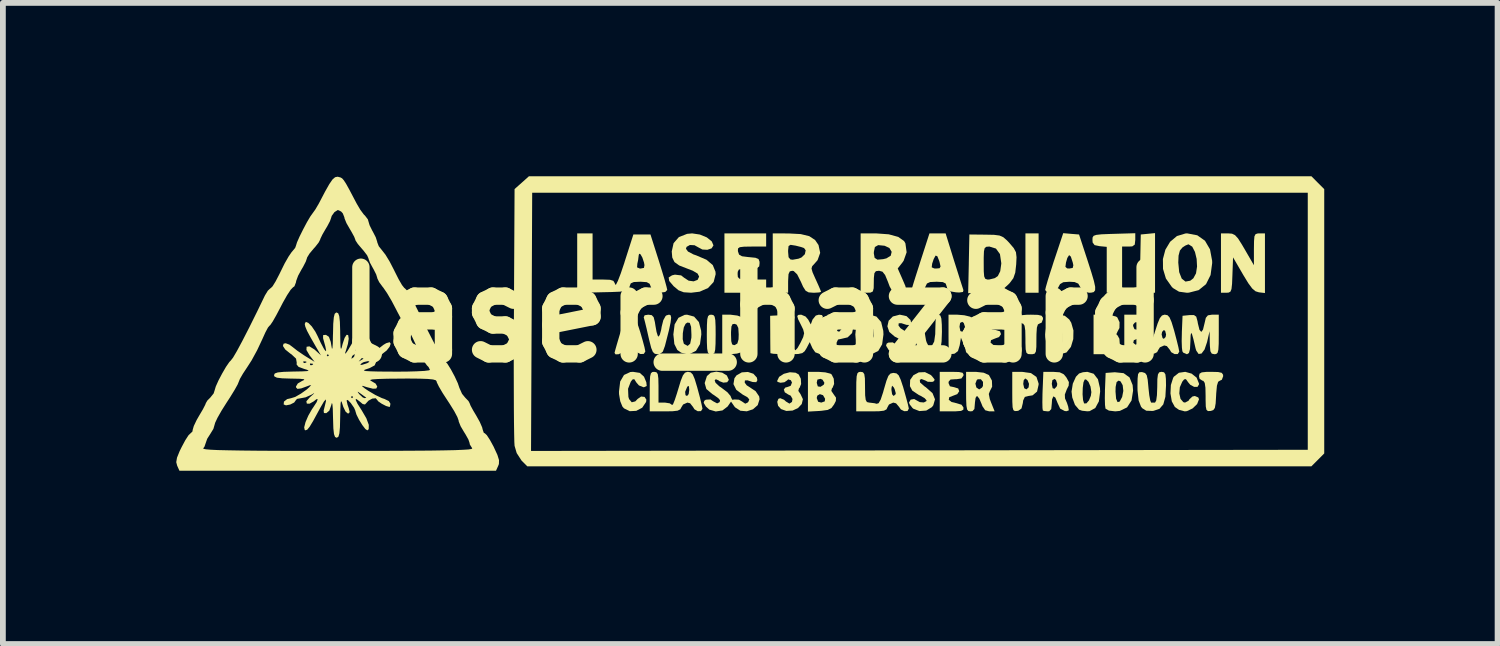
<source format=kicad_pcb>
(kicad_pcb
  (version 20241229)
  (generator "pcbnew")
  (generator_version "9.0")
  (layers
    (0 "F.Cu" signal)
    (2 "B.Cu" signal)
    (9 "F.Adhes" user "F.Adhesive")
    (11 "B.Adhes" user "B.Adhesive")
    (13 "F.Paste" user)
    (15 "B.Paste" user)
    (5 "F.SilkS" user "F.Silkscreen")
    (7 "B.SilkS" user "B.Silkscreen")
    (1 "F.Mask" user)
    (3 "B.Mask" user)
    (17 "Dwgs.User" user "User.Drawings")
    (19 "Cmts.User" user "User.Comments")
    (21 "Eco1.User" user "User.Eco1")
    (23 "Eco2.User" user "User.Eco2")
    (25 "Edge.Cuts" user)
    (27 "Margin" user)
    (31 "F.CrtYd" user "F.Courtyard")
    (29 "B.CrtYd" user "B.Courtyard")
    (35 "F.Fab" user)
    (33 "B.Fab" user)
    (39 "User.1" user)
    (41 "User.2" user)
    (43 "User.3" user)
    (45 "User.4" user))
  (footprint "laser_hazard"
    (layer "F.Cu")
    (at 9.981 2.396)
    (property "Reference" "laser_hazard" (at 0 0 0) (layer "F.SilkS") (effects (font (size 1.5 1.5) (thickness 0.3))))
    (attr board_only exclude_from_pos_files exclude_from_bom)
    (fp_poly (pts (xy 4.943 -0.894) (xy 4.943 -0.38) (xy 4.829 -0.38) (xy 4.715 -0.38) (xy 4.715 -0.894) (xy 4.715 -1.407) (xy 4.829 -1.407) (xy 4.943 -1.407)) (stroke (width 0) (type solid)) (fill yes) (layer "F.SilkS"))
    (fp_poly (pts (xy 6.958 -0.896) (xy 6.958 -0.38) (xy 6.824 -0.38) (xy 6.69 -0.38) (xy 6.701 -0.884) (xy 6.711 -1.388) (xy 6.835 -1.4) (xy 6.958 -1.412)) (stroke (width 0) (type solid)) (fill yes) (layer "F.SilkS"))
    (fp_poly (pts (xy -0.686 0.006) (xy -0.664 0.033) (xy -0.652 0.095) (xy -0.647 0.207) (xy -0.646 0.342) (xy -0.648 0.505) (xy -0.654 0.606) (xy -0.667 0.66) (xy -0.692 0.681) (xy -0.722 0.684) (xy -0.759 0.679) (xy -0.781 0.652) (xy -0.793 0.59) (xy -0.798 0.477) (xy -0.799 0.342) (xy -0.797 0.18) (xy -0.791 0.079) (xy -0.777 0.025) (xy -0.752 0.003) (xy -0.722 0)) (stroke (width 0) (type solid)) (fill yes) (layer "F.SilkS"))
    (fp_poly (pts (xy 6.616 -1.294) (xy 6.607 -1.213) (xy 6.564 -1.182) (xy 6.502 -1.179) (xy 6.388 -1.179) (xy 6.388 -0.779) (xy 6.388 -0.38) (xy 6.255 -0.38) (xy 6.122 -0.38) (xy 6.122 -0.777) (xy 6.122 -1.174) (xy 5.998 -1.186) (xy 5.912 -1.204) (xy 5.878 -1.249) (xy 5.875 -1.293) (xy 5.877 -1.336) (xy 5.895 -1.365) (xy 5.941 -1.381) (xy 6.03 -1.391) (xy 6.177 -1.397) (xy 6.245 -1.399) (xy 6.616 -1.41)) (stroke (width 0) (type solid)) (fill yes) (layer "F.SilkS"))
    (fp_poly (pts (xy 3.565 0.992) (xy 3.627 1.005) (xy 3.644 1.034) (xy 3.642 1.055) (xy 3.607 1.104) (xy 3.518 1.117) (xy 3.506 1.116) (xy 3.419 1.122) (xy 3.387 1.157) (xy 3.384 1.183) (xy 3.408 1.239) (xy 3.482 1.255) (xy 3.552 1.277) (xy 3.569 1.325) (xy 3.535 1.375) (xy 3.469 1.4) (xy 3.397 1.428) (xy 3.388 1.472) (xy 3.437 1.511) (xy 3.507 1.528) (xy 3.609 1.558) (xy 3.643 1.607) (xy 3.64 1.645) (xy 3.601 1.665) (xy 3.51 1.672) (xy 3.444 1.673) (xy 3.232 1.673) (xy 3.232 1.331) (xy 3.232 0.989) (xy 3.444 0.989)) (stroke (width 0) (type solid)) (fill yes) (layer "F.SilkS"))
    (fp_poly (pts (xy 4.931 0.003) (xy 4.994 0.018) (xy 5.017 0.049) (xy 5.019 0.076) (xy 4.995 0.138) (xy 4.962 0.152) (xy 4.931 0.168) (xy 4.913 0.224) (xy 4.906 0.335) (xy 4.905 0.418) (xy 4.904 0.557) (xy 4.896 0.637) (xy 4.875 0.674) (xy 4.835 0.684) (xy 4.81 0.684) (xy 4.76 0.681) (xy 4.732 0.658) (xy 4.719 0.599) (xy 4.715 0.489) (xy 4.715 0.418) (xy 4.712 0.274) (xy 4.7 0.191) (xy 4.676 0.156) (xy 4.658 0.152) (xy 4.611 0.12) (xy 4.601 0.076) (xy 4.61 0.032) (xy 4.649 0.009) (xy 4.737 0.001) (xy 4.81 0)) (stroke (width 0) (type solid)) (fill yes) (layer "F.SilkS"))
    (fp_poly (pts (xy 8.049 0.992) (xy 8.112 1.006) (xy 8.135 1.038) (xy 8.137 1.065) (xy 8.114 1.126) (xy 8.082 1.141) (xy 8.05 1.161) (xy 8.029 1.229) (xy 8.017 1.359) (xy 8.015 1.397) (xy 8.007 1.535) (xy 7.993 1.614) (xy 7.966 1.651) (xy 7.922 1.666) (xy 7.918 1.666) (xy 7.874 1.668) (xy 7.848 1.647) (xy 7.836 1.588) (xy 7.833 1.474) (xy 7.833 1.41) (xy 7.83 1.264) (xy 7.818 1.181) (xy 7.794 1.145) (xy 7.776 1.141) (xy 7.729 1.109) (xy 7.719 1.065) (xy 7.728 1.021) (xy 7.767 0.998) (xy 7.855 0.989) (xy 7.928 0.989)) (stroke (width 0) (type solid)) (fill yes) (layer "F.SilkS"))
    (fp_poly (pts (xy 1.581 0.009) (xy 1.652 0.042) (xy 1.694 0.093) (xy 1.737 0.212) (xy 1.715 0.318) (xy 1.639 0.392) (xy 1.53 0.418) (xy 1.472 0.43) (xy 1.448 0.481) (xy 1.445 0.551) (xy 1.436 0.643) (xy 1.403 0.68) (xy 1.369 0.684) (xy 1.333 0.679) (xy 1.31 0.652) (xy 1.298 0.59) (xy 1.294 0.477) (xy 1.293 0.342) (xy 1.293 0.209) (xy 1.445 0.209) (xy 1.459 0.283) (xy 1.492 0.295) (xy 1.533 0.248) (xy 1.54 0.209) (xy 1.518 0.143) (xy 1.492 0.124) (xy 1.455 0.142) (xy 1.445 0.209) (xy 1.293 0.209) (xy 1.293 0) (xy 1.463 0)) (stroke (width 0) (type solid)) (fill yes) (layer "F.SilkS"))
    (fp_poly (pts (xy 6.414 1.012) (xy 6.517 1.086) (xy 6.57 1.217) (xy 6.578 1.314) (xy 6.551 1.485) (xy 6.474 1.604) (xy 6.349 1.665) (xy 6.27 1.673) (xy 6.16 1.66) (xy 6.102 1.627) (xy 6.1 1.622) (xy 6.092 1.561) (xy 6.089 1.447) (xy 6.091 1.331) (xy 6.274 1.331) (xy 6.284 1.454) (xy 6.309 1.513) (xy 6.346 1.504) (xy 6.389 1.423) (xy 6.409 1.319) (xy 6.398 1.22) (xy 6.361 1.154) (xy 6.327 1.141) (xy 6.293 1.166) (xy 6.276 1.25) (xy 6.274 1.331) (xy 6.091 1.331) (xy 6.091 1.304) (xy 6.092 1.289) (xy 6.103 1.008) (xy 6.261 0.996)) (stroke (width 0) (type solid)) (fill yes) (layer "F.SilkS"))
    (fp_poly (pts (xy -0.27 0.015) (xy -0.17 0.053) (xy -0.162 0.058) (xy -0.087 0.152) (xy -0.053 0.283) (xy -0.059 0.426) (xy -0.103 0.554) (xy -0.184 0.643) (xy -0.193 0.648) (xy -0.277 0.673) (xy -0.389 0.684) (xy -0.397 0.684) (xy -0.532 0.684) (xy -0.532 0.342) (xy -0.38 0.342) (xy -0.376 0.458) (xy -0.361 0.514) (xy -0.328 0.527) (xy -0.314 0.525) (xy -0.27 0.498) (xy -0.25 0.427) (xy -0.247 0.342) (xy -0.254 0.23) (xy -0.281 0.174) (xy -0.314 0.159) (xy -0.353 0.163) (xy -0.373 0.204) (xy -0.38 0.3) (xy -0.38 0.342) (xy -0.532 0.342) (xy -0.532 0) (xy -0.389 0)) (stroke (width 0) (type solid)) (fill yes) (layer "F.SilkS"))
    (fp_poly (pts (xy 2.136 0.032) (xy 2.218 0.127) (xy 2.255 0.28) (xy 2.258 0.342) (xy 2.235 0.513) (xy 2.168 0.627) (xy 2.06 0.681) (xy 2.015 0.684) (xy 1.912 0.657) (xy 1.843 0.607) (xy 1.79 0.503) (xy 1.777 0.382) (xy 1.941 0.382) (xy 1.95 0.471) (xy 1.965 0.508) (xy 2.018 0.526) (xy 2.06 0.478) (xy 2.084 0.372) (xy 2.084 0.365) (xy 2.079 0.253) (xy 2.049 0.168) (xy 2.004 0.129) (xy 1.973 0.136) (xy 1.953 0.184) (xy 1.942 0.276) (xy 1.941 0.382) (xy 1.777 0.382) (xy 1.773 0.342) (xy 1.796 0.171) (xy 1.863 0.057) (xy 1.971 0.004) (xy 2.015 0)) (stroke (width 0) (type solid)) (fill yes) (layer "F.SilkS"))
    (fp_poly (pts (xy 4.811 1.011) (xy 4.906 1.078) (xy 4.943 1.191) (xy 4.943 1.212) (xy 4.916 1.331) (xy 4.838 1.396) (xy 4.767 1.407) (xy 4.705 1.423) (xy 4.676 1.484) (xy 4.67 1.53) (xy 4.647 1.623) (xy 4.593 1.662) (xy 4.572 1.666) (xy 4.532 1.668) (xy 4.507 1.652) (xy 4.493 1.603) (xy 4.488 1.506) (xy 4.487 1.349) (xy 4.487 1.333) (xy 4.487 1.198) (xy 4.677 1.198) (xy 4.694 1.273) (xy 4.733 1.292) (xy 4.77 1.258) (xy 4.777 1.197) (xy 4.751 1.132) (xy 4.711 1.103) (xy 4.685 1.135) (xy 4.677 1.198) (xy 4.487 1.198) (xy 4.487 0.989) (xy 4.655 0.989)) (stroke (width 0) (type solid)) (fill yes) (layer "F.SilkS"))
    (fp_poly (pts (xy 8.29 -1.402) (xy 8.342 -1.377) (xy 8.394 -1.32) (xy 8.46 -1.216) (xy 8.51 -1.131) (xy 8.669 -0.856) (xy 8.669 -1.131) (xy 8.671 -1.273) (xy 8.678 -1.356) (xy 8.698 -1.394) (xy 8.735 -1.406) (xy 8.765 -1.407) (xy 8.86 -1.407) (xy 8.86 -0.891) (xy 8.86 -0.375) (xy 8.756 -0.387) (xy 8.697 -0.405) (xy 8.64 -0.453) (xy 8.573 -0.543) (xy 8.484 -0.689) (xy 8.48 -0.696) (xy 8.308 -0.992) (xy 8.297 -0.686) (xy 8.291 -0.535) (xy 8.281 -0.444) (xy 8.262 -0.398) (xy 8.23 -0.382) (xy 8.193 -0.38) (xy 8.099 -0.38) (xy 8.099 -0.894) (xy 8.099 -1.407) (xy 8.225 -1.407)) (stroke (width 0) (type solid)) (fill yes) (layer "F.SilkS"))
    (fp_poly (pts (xy -1.959 1.007) (xy -1.886 1.073) (xy -1.846 1.169) (xy -1.839 1.234) (xy -1.882 1.254) (xy -1.897 1.255) (xy -1.974 1.224) (xy -2.019 1.172) (xy -2.055 1.115) (xy -2.086 1.122) (xy -2.115 1.16) (xy -2.162 1.282) (xy -2.156 1.423) (xy -2.144 1.461) (xy -2.098 1.516) (xy -2.036 1.5) (xy -1.996 1.458) (xy -1.936 1.416) (xy -1.876 1.423) (xy -1.845 1.471) (xy -1.85 1.51) (xy -1.917 1.61) (xy -2.02 1.664) (xy -2.132 1.67) (xy -2.232 1.621) (xy -2.26 1.589) (xy -2.297 1.498) (xy -2.318 1.374) (xy -2.319 1.331) (xy -2.298 1.156) (xy -2.232 1.043) (xy -2.122 0.992) (xy -2.075 0.989)) (stroke (width 0) (type solid)) (fill yes) (layer "F.SilkS"))
    (fp_poly (pts (xy -1.019 0.033) (xy -0.936 0.128) (xy -0.897 0.278) (xy -0.894 0.342) (xy -0.917 0.51) (xy -0.986 0.625) (xy -1.094 0.68) (xy -1.141 0.684) (xy -1.244 0.657) (xy -1.31 0.61) (xy -1.361 0.507) (xy -1.369 0.424) (xy -1.216 0.424) (xy -1.198 0.499) (xy -1.191 0.507) (xy -1.13 0.54) (xy -1.087 0.502) (xy -1.066 0.399) (xy -1.065 0.349) (xy -1.071 0.211) (xy -1.094 0.142) (xy -1.135 0.136) (xy -1.166 0.157) (xy -1.197 0.219) (xy -1.214 0.32) (xy -1.216 0.424) (xy -1.369 0.424) (xy -1.378 0.343) (xy -1.378 0.342) (xy -1.356 0.168) (xy -1.29 0.054) (xy -1.183 0.003) (xy -1.141 0)) (stroke (width 0) (type solid)) (fill yes) (layer "F.SilkS"))
    (fp_poly (pts (xy 5.395 0.018) (xy 5.473 0.082) (xy 5.508 0.14) (xy 5.546 0.273) (xy 5.543 0.421) (xy 5.502 0.557) (xy 5.428 0.651) (xy 5.422 0.655) (xy 5.318 0.685) (xy 5.204 0.665) (xy 5.117 0.601) (xy 5.116 0.6) (xy 5.08 0.51) (xy 5.059 0.385) (xy 5.057 0.342) (xy 5.057 0.34) (xy 5.215 0.34) (xy 5.228 0.442) (xy 5.267 0.514) (xy 5.307 0.532) (xy 5.342 0.516) (xy 5.356 0.457) (xy 5.354 0.342) (xy 5.337 0.214) (xy 5.309 0.15) (xy 5.272 0.156) (xy 5.233 0.232) (xy 5.215 0.34) (xy 5.057 0.34) (xy 5.079 0.173) (xy 5.141 0.058) (xy 5.239 0.004) (xy 5.278 0.001)) (stroke (width 0) (type solid)) (fill yes) (layer "F.SilkS"))
    (fp_poly (pts (xy -1.425 0.01) (xy -1.416 0.052) (xy -1.426 0.136) (xy -1.455 0.272) (xy -1.505 0.468) (xy -1.524 0.542) (xy -1.56 0.639) (xy -1.609 0.679) (xy -1.652 0.684) (xy -1.698 0.677) (xy -1.732 0.646) (xy -1.761 0.576) (xy -1.793 0.451) (xy -1.807 0.391) (xy -1.84 0.245) (xy -1.869 0.126) (xy -1.888 0.055) (xy -1.891 0.048) (xy -1.875 0.01) (xy -1.812 0) (xy -1.752 0.008) (xy -1.719 0.043) (xy -1.698 0.126) (xy -1.688 0.19) (xy -1.669 0.298) (xy -1.647 0.367) (xy -1.634 0.38) (xy -1.612 0.346) (xy -1.589 0.261) (xy -1.58 0.207) (xy -1.552 0.095) (xy -1.513 0.024) (xy -1.498 0.012) (xy -1.452 -0.001)) (stroke (width 0) (type solid)) (fill yes) (layer "F.SilkS"))
    (fp_poly (pts (xy 4.346 0.012) (xy 4.368 0.036) (xy 4.365 0.065) (xy 4.328 0.116) (xy 4.235 0.133) (xy 4.229 0.133) (xy 4.14 0.144) (xy 4.108 0.184) (xy 4.107 0.199) (xy 4.134 0.253) (xy 4.204 0.266) (xy 4.275 0.288) (xy 4.292 0.337) (xy 4.258 0.387) (xy 4.192 0.411) (xy 4.12 0.44) (xy 4.111 0.483) (xy 4.159 0.523) (xy 4.23 0.539) (xy 4.325 0.565) (xy 4.354 0.608) (xy 4.32 0.646) (xy 4.238 0.671) (xy 4.132 0.682) (xy 4.028 0.678) (xy 3.953 0.656) (xy 3.933 0.635) (xy 3.925 0.573) (xy 3.921 0.458) (xy 3.924 0.315) (xy 3.924 0.301) (xy 3.935 0.019) (xy 4.157 0.008) (xy 4.281 0.004)) (stroke (width 0) (type solid)) (fill yes) (layer "F.SilkS"))
    (fp_poly (pts (xy 5.896 1.022) (xy 5.97 1.118) (xy 6.005 1.27) (xy 6.008 1.331) (xy 5.986 1.5) (xy 5.924 1.615) (xy 5.826 1.669) (xy 5.787 1.672) (xy 5.695 1.662) (xy 5.643 1.644) (xy 5.572 1.56) (xy 5.525 1.432) (xy 5.519 1.378) (xy 5.704 1.378) (xy 5.712 1.477) (xy 5.73 1.535) (xy 5.731 1.536) (xy 5.77 1.535) (xy 5.814 1.484) (xy 5.847 1.404) (xy 5.856 1.34) (xy 5.841 1.243) (xy 5.806 1.162) (xy 5.763 1.12) (xy 5.74 1.123) (xy 5.719 1.171) (xy 5.707 1.266) (xy 5.704 1.378) (xy 5.519 1.378) (xy 5.513 1.331) (xy 5.535 1.193) (xy 5.589 1.074) (xy 5.643 1.018) (xy 5.71 0.996) (xy 5.787 0.989)) (stroke (width 0) (type solid)) (fill yes) (layer "F.SilkS"))
    (fp_poly (pts (xy 7.591 1.02) (xy 7.677 1.089) (xy 7.718 1.19) (xy 7.719 1.206) (xy 7.693 1.249) (xy 7.634 1.249) (xy 7.567 1.212) (xy 7.533 1.172) (xy 7.492 1.115) (xy 7.461 1.12) (xy 7.429 1.16) (xy 7.387 1.256) (xy 7.378 1.363) (xy 7.399 1.457) (xy 7.448 1.514) (xy 7.477 1.521) (xy 7.537 1.49) (xy 7.553 1.464) (xy 7.605 1.416) (xy 7.647 1.407) (xy 7.706 1.432) (xy 7.719 1.464) (xy 7.686 1.547) (xy 7.607 1.623) (xy 7.509 1.669) (xy 7.472 1.673) (xy 7.373 1.647) (xy 7.301 1.597) (xy 7.248 1.5) (xy 7.225 1.363) (xy 7.232 1.217) (xy 7.271 1.094) (xy 7.284 1.073) (xy 7.371 1.005) (xy 7.481 0.989)) (stroke (width 0) (type solid)) (fill yes) (layer "F.SilkS"))
    (fp_poly (pts (xy 3.243 0.015) (xy 3.26 0.067) (xy 3.268 0.172) (xy 3.27 0.297) (xy 3.264 0.464) (xy 3.247 0.583) (xy 3.224 0.639) (xy 3.14 0.678) (xy 3.026 0.68) (xy 2.92 0.647) (xy 2.877 0.615) (xy 2.839 0.547) (xy 2.819 0.435) (xy 2.814 0.273) (xy 2.816 0.131) (xy 2.825 0.049) (xy 2.845 0.011) (xy 2.881 0.000168) (xy 2.89 0) (xy 2.936 0.01) (xy 2.958 0.053) (xy 2.966 0.148) (xy 2.966 0.188) (xy 2.974 0.322) (xy 2.994 0.441) (xy 3.005 0.477) (xy 3.039 0.544) (xy 3.076 0.548) (xy 3.1 0.532) (xy 3.136 0.465) (xy 3.154 0.337) (xy 3.156 0.242) (xy 3.16 0.105) (xy 3.174 0.03) (xy 3.201 0.001) (xy 3.213 0)) (stroke (width 0) (type solid)) (fill yes) (layer "F.SilkS"))
    (fp_poly (pts (xy 9.775 -2.284) (xy 9.886 -2.173) (xy 9.886 0.114) (xy 9.886 2.401) (xy 9.775 2.513) (xy 9.664 2.624) (xy 2.879 2.624) (xy -3.906 2.624) (xy -4.005 2.525) (xy -4.089 2.395) (xy -4.1 2.358) (xy -3.841 2.358) (xy 2.88 2.348) (xy 9.601 2.338) (xy 9.601 0.114) (xy 9.601 -2.11) (xy 2.89 -2.11) (xy -3.821 -2.11) (xy -3.831 0.124) (xy -3.841 2.358) (xy -4.1 2.358) (xy -4.126 2.269) (xy -4.13 2.202) (xy -4.133 2.066) (xy -4.136 1.869) (xy -4.138 1.619) (xy -4.139 1.323) (xy -4.14 0.987) (xy -4.14 0.621) (xy -4.138 0.231) (xy -4.137 -0.032) (xy -4.126 -2.174) (xy -4.001 -2.285) (xy -3.877 -2.396) (xy 2.893 -2.396) (xy 9.664 -2.396)) (stroke (width 0) (type solid)) (fill yes) (layer "F.SilkS"))
    (fp_poly (pts (xy 0.228 -1.293) (xy 0.228 -1.179) (xy -0.022 -1.179) (xy -0.155 -1.177) (xy -0.229 -1.168) (xy -0.259 -1.146) (xy -0.261 -1.105) (xy -0.259 -1.093) (xy -0.241 -1.04) (xy -0.19 -1.011) (xy -0.088 -0.998) (xy -0.067 -0.996) (xy 0.043 -0.985) (xy 0.096 -0.963) (xy 0.113 -0.918) (xy 0.114 -0.891) (xy 0.108 -0.836) (xy 0.075 -0.809) (xy -0.002 -0.799) (xy -0.076 -0.799) (xy -0.189 -0.795) (xy -0.245 -0.78) (xy -0.264 -0.742) (xy -0.266 -0.703) (xy -0.262 -0.652) (xy -0.237 -0.624) (xy -0.176 -0.611) (xy -0.059 -0.608) (xy -0.019 -0.608) (xy 0.228 -0.608) (xy 0.228 -0.494) (xy 0.228 -0.38) (xy -0.133 -0.38) (xy -0.494 -0.38) (xy -0.494 -0.894) (xy -0.494 -1.407) (xy -0.133 -1.407) (xy 0.228 -1.407)) (stroke (width 0) (type solid)) (fill yes) (layer "F.SilkS"))
    (fp_poly (pts (xy 2.657 0.025) (xy 2.726 0.092) (xy 2.738 0.145) (xy 2.719 0.179) (xy 2.656 0.176) (xy 2.567 0.147) (xy 2.522 0.149) (xy 2.518 0.187) (xy 2.553 0.234) (xy 2.576 0.249) (xy 2.707 0.334) (xy 2.769 0.425) (xy 2.776 0.474) (xy 2.743 0.576) (xy 2.662 0.648) (xy 2.554 0.683) (xy 2.443 0.674) (xy 2.352 0.614) (xy 2.341 0.6) (xy 2.303 0.536) (xy 2.313 0.501) (xy 2.341 0.483) (xy 2.419 0.479) (xy 2.473 0.515) (xy 2.529 0.559) (xy 2.556 0.549) (xy 2.571 0.517) (xy 2.585 0.459) (xy 2.581 0.445) (xy 2.541 0.424) (xy 2.462 0.384) (xy 2.453 0.379) (xy 2.359 0.299) (xy 2.326 0.201) (xy 2.348 0.104) (xy 2.42 0.031) (xy 2.538 0.000036) (xy 2.543 0)) (stroke (width 0) (type solid)) (fill yes) (layer "F.SilkS"))
    (fp_poly (pts (xy 3.078 1.044) (xy 3.098 1.064) (xy 3.143 1.121) (xy 3.134 1.149) (xy 3.104 1.163) (xy 3.025 1.161) (xy 2.983 1.139) (xy 2.916 1.113) (xy 2.887 1.128) (xy 2.891 1.172) (xy 2.964 1.237) (xy 2.994 1.258) (xy 3.107 1.358) (xy 3.15 1.465) (xy 3.12 1.569) (xy 3.096 1.6) (xy 2.999 1.659) (xy 2.88 1.668) (xy 2.775 1.627) (xy 2.759 1.613) (xy 2.712 1.552) (xy 2.7 1.52) (xy 2.729 1.47) (xy 2.789 1.459) (xy 2.825 1.479) (xy 2.887 1.513) (xy 2.957 1.519) (xy 3.001 1.496) (xy 3.004 1.483) (xy 2.972 1.446) (xy 2.894 1.4) (xy 2.872 1.391) (xy 2.757 1.314) (xy 2.716 1.237) (xy 2.72 1.128) (xy 2.778 1.046) (xy 2.87 0.998) (xy 2.977 0.994)) (stroke (width 0) (type solid)) (fill yes) (layer "F.SilkS"))
    (fp_poly (pts (xy -2.118 0.007) (xy -2.071 0.028) (xy -2.03 0.085) (xy -1.986 0.193) (xy -1.95 0.304) (xy -1.909 0.446) (xy -1.878 0.562) (xy -1.864 0.631) (xy -1.863 0.637) (xy -1.889 0.678) (xy -1.947 0.681) (xy -2.007 0.65) (xy -2.034 0.608) (xy -2.087 0.545) (xy -2.135 0.532) (xy -2.209 0.565) (xy -2.232 0.608) (xy -2.268 0.655) (xy -2.327 0.685) (xy -2.379 0.686) (xy -2.396 0.661) (xy -2.385 0.617) (xy -2.357 0.518) (xy -2.317 0.382) (xy -2.305 0.342) (xy -2.167 0.342) (xy -2.151 0.404) (xy -2.129 0.418) (xy -2.098 0.386) (xy -2.091 0.342) (xy -2.107 0.28) (xy -2.129 0.266) (xy -2.16 0.298) (xy -2.167 0.342) (xy -2.305 0.342) (xy -2.297 0.317) (xy -2.248 0.162) (xy -2.21 0.067) (xy -2.177 0.02) (xy -2.139 0.006)) (stroke (width 0) (type solid)) (fill yes) (layer "F.SilkS"))
    (fp_poly (pts (xy 7.114 0.997) (xy 7.137 1.032) (xy 7.146 1.111) (xy 7.148 1.226) (xy 7.137 1.421) (xy 7.101 1.552) (xy 7.035 1.629) (xy 6.934 1.663) (xy 6.914 1.666) (xy 6.806 1.662) (xy 6.736 1.618) (xy 6.715 1.591) (xy 6.674 1.484) (xy 6.655 1.313) (xy 6.654 1.244) (xy 6.656 1.107) (xy 6.664 1.03) (xy 6.685 0.997) (xy 6.723 0.993) (xy 6.74 0.995) (xy 6.786 1.01) (xy 6.814 1.047) (xy 6.831 1.126) (xy 6.844 1.263) (xy 6.844 1.265) (xy 6.858 1.393) (xy 6.875 1.485) (xy 6.891 1.522) (xy 6.892 1.522) (xy 6.955 1.521) (xy 6.958 1.521) (xy 6.978 1.486) (xy 6.991 1.392) (xy 6.996 1.255) (xy 6.996 1.255) (xy 6.998 1.115) (xy 7.008 1.035) (xy 7.029 0.998) (xy 7.066 0.989) (xy 7.072 0.989)) (stroke (width 0) (type solid)) (fill yes) (layer "F.SilkS"))
    (fp_poly (pts (xy 0.737 1.004) (xy 0.791 1.034) (xy 0.828 1.108) (xy 0.833 1.199) (xy 0.806 1.267) (xy 0.796 1.275) (xy 0.785 1.319) (xy 0.823 1.375) (xy 0.864 1.462) (xy 0.844 1.546) (xy 0.78 1.615) (xy 0.686 1.659) (xy 0.577 1.666) (xy 0.485 1.633) (xy 0.435 1.577) (xy 0.42 1.508) (xy 0.44 1.456) (xy 0.471 1.445) (xy 0.537 1.472) (xy 0.57 1.502) (xy 0.631 1.539) (xy 0.675 1.509) (xy 0.684 1.458) (xy 0.653 1.402) (xy 0.608 1.38) (xy 0.55 1.343) (xy 0.534 1.293) (xy 0.564 1.258) (xy 0.587 1.255) (xy 0.653 1.23) (xy 0.675 1.174) (xy 0.655 1.134) (xy 0.609 1.119) (xy 0.591 1.137) (xy 0.544 1.169) (xy 0.476 1.178) (xy 0.426 1.163) (xy 0.418 1.147) (xy 0.452 1.076) (xy 0.534 1.023) (xy 0.638 0.996)) (stroke (width 0) (type solid)) (fill yes) (layer "F.SilkS"))
    (fp_poly (pts (xy 3.657 0.01) (xy 3.753 0.033) (xy 3.767 0.039) (xy 3.825 0.109) (xy 3.839 0.217) (xy 3.806 0.336) (xy 3.801 0.344) (xy 3.784 0.427) (xy 3.82 0.53) (xy 3.865 0.624) (xy 3.869 0.669) (xy 3.828 0.683) (xy 3.783 0.684) (xy 3.712 0.672) (xy 3.688 0.649) (xy 3.675 0.591) (xy 3.644 0.506) (xy 3.599 0.399) (xy 3.577 0.532) (xy 3.547 0.63) (xy 3.492 0.673) (xy 3.47 0.678) (xy 3.429 0.68) (xy 3.404 0.663) (xy 3.391 0.614) (xy 3.385 0.518) (xy 3.384 0.361) (xy 3.384 0.345) (xy 3.384 0.209) (xy 3.574 0.209) (xy 3.589 0.283) (xy 3.622 0.295) (xy 3.662 0.248) (xy 3.669 0.209) (xy 3.647 0.143) (xy 3.622 0.124) (xy 3.585 0.142) (xy 3.574 0.209) (xy 3.384 0.209) (xy 3.384 0) (xy 3.539 0)) (stroke (width 0) (type solid)) (fill yes) (layer "F.SilkS"))
    (fp_poly (pts (xy 5.308 0.997) (xy 5.379 1.032) (xy 5.425 1.088) (xy 5.467 1.166) (xy 5.463 1.229) (xy 5.431 1.292) (xy 5.397 1.382) (xy 5.4 1.449) (xy 5.434 1.527) (xy 5.455 1.591) (xy 5.466 1.655) (xy 5.428 1.67) (xy 5.395 1.667) (xy 5.317 1.626) (xy 5.272 1.53) (xy 5.233 1.435) (xy 5.199 1.413) (xy 5.176 1.465) (xy 5.171 1.54) (xy 5.162 1.633) (xy 5.128 1.67) (xy 5.102 1.673) (xy 5.035 1.666) (xy 5.016 1.657) (xy 5.01 1.615) (xy 5.008 1.515) (xy 5.01 1.376) (xy 5.012 1.315) (xy 5.017 1.198) (xy 5.171 1.198) (xy 5.186 1.272) (xy 5.219 1.283) (xy 5.259 1.237) (xy 5.266 1.198) (xy 5.244 1.131) (xy 5.219 1.112) (xy 5.182 1.131) (xy 5.171 1.198) (xy 5.017 1.198) (xy 5.025 0.989) (xy 5.192 0.989)) (stroke (width 0) (type solid)) (fill yes) (layer "F.SilkS"))
    (fp_poly (pts (xy 6.194 0.009) (xy 6.282 0.032) (xy 6.304 0.046) (xy 6.344 0.13) (xy 6.342 0.23) (xy 6.309 0.292) (xy 6.288 0.338) (xy 6.309 0.359) (xy 6.341 0.417) (xy 6.348 0.51) (xy 6.328 0.6) (xy 6.304 0.639) (xy 6.241 0.666) (xy 6.134 0.682) (xy 6.076 0.684) (xy 5.894 0.684) (xy 5.894 0.453) (xy 6.046 0.453) (xy 6.071 0.519) (xy 6.125 0.532) (xy 6.185 0.512) (xy 6.191 0.466) (xy 6.155 0.405) (xy 6.101 0.386) (xy 6.056 0.413) (xy 6.046 0.453) (xy 5.894 0.453) (xy 5.894 0.342) (xy 5.894 0.19) (xy 6.046 0.19) (xy 6.065 0.253) (xy 6.112 0.259) (xy 6.169 0.221) (xy 6.179 0.19) (xy 6.147 0.136) (xy 6.112 0.121) (xy 6.058 0.135) (xy 6.046 0.19) (xy 5.894 0.19) (xy 5.894 0) (xy 6.076 0)) (stroke (width 0) (type solid)) (fill yes) (layer "F.SilkS"))
    (fp_poly (pts (xy 7.689 -1.374) (xy 7.822 -1.28) (xy 7.909 -1.131) (xy 7.946 -0.933) (xy 7.947 -0.894) (xy 7.919 -0.686) (xy 7.84 -0.528) (xy 7.713 -0.425) (xy 7.542 -0.381) (xy 7.506 -0.38) (xy 7.373 -0.398) (xy 7.27 -0.46) (xy 7.249 -0.48) (xy 7.146 -0.626) (xy 7.096 -0.792) (xy 7.095 -0.902) (xy 7.36 -0.902) (xy 7.376 -0.736) (xy 7.42 -0.624) (xy 7.485 -0.573) (xy 7.567 -0.588) (xy 7.621 -0.63) (xy 7.667 -0.715) (xy 7.685 -0.834) (xy 7.678 -0.965) (xy 7.649 -1.086) (xy 7.602 -1.177) (xy 7.539 -1.217) (xy 7.533 -1.217) (xy 7.484 -1.197) (xy 7.433 -1.164) (xy 7.388 -1.11) (xy 7.365 -1.022) (xy 7.36 -0.902) (xy 7.095 -0.902) (xy 7.094 -0.963) (xy 7.137 -1.125) (xy 7.219 -1.262) (xy 7.337 -1.361) (xy 7.486 -1.406) (xy 7.516 -1.407)) (stroke (width 0) (type solid)) (fill yes) (layer "F.SilkS"))
    (fp_poly (pts (xy 1.251 0.998) (xy 1.339 1.02) (xy 1.361 1.034) (xy 1.398 1.108) (xy 1.404 1.199) (xy 1.376 1.267) (xy 1.366 1.275) (xy 1.356 1.319) (xy 1.394 1.375) (xy 1.437 1.436) (xy 1.434 1.493) (xy 1.404 1.552) (xy 1.358 1.615) (xy 1.294 1.648) (xy 1.185 1.663) (xy 1.149 1.666) (xy 0.951 1.677) (xy 0.951 1.442) (xy 1.103 1.442) (xy 1.128 1.507) (xy 1.182 1.521) (xy 1.242 1.5) (xy 1.248 1.455) (xy 1.212 1.393) (xy 1.157 1.375) (xy 1.113 1.401) (xy 1.103 1.442) (xy 0.951 1.442) (xy 0.951 1.333) (xy 0.951 1.179) (xy 1.103 1.179) (xy 1.122 1.241) (xy 1.169 1.248) (xy 1.226 1.21) (xy 1.236 1.179) (xy 1.204 1.125) (xy 1.169 1.11) (xy 1.115 1.123) (xy 1.103 1.179) (xy 0.951 1.179) (xy 0.951 0.989) (xy 1.133 0.989)) (stroke (width 0) (type solid)) (fill yes) (layer "F.SilkS"))
    (fp_poly (pts (xy 5.506 -1.399) (xy 5.643 -1.388) (xy 5.786 -0.951) (xy 5.855 -0.736) (xy 5.9 -0.584) (xy 5.922 -0.482) (xy 5.921 -0.422) (xy 5.897 -0.391) (xy 5.852 -0.381) (xy 5.817 -0.38) (xy 5.722 -0.398) (xy 5.67 -0.464) (xy 5.666 -0.475) (xy 5.629 -0.538) (xy 5.565 -0.565) (xy 5.475 -0.57) (xy 5.37 -0.562) (xy 5.314 -0.529) (xy 5.285 -0.475) (xy 5.228 -0.398) (xy 5.153 -0.38) (xy 5.081 -0.396) (xy 5.057 -0.428) (xy 5.069 -0.48) (xy 5.1 -0.589) (xy 5.147 -0.74) (xy 5.176 -0.828) (xy 5.407 -0.828) (xy 5.437 -0.801) (xy 5.475 -0.799) (xy 5.533 -0.809) (xy 5.544 -0.855) (xy 5.534 -0.903) (xy 5.501 -1.005) (xy 5.471 -1.031) (xy 5.44 -0.982) (xy 5.417 -0.903) (xy 5.407 -0.828) (xy 5.176 -0.828) (xy 5.204 -0.917) (xy 5.213 -0.943) (xy 5.369 -1.411)) (stroke (width 0) (type solid)) (fill yes) (layer "F.SilkS"))
    (fp_poly (pts (xy 3.991 1.004) (xy 4.081 1.044) (xy 4.085 1.048) (xy 4.135 1.14) (xy 4.139 1.246) (xy 4.101 1.321) (xy 4.081 1.372) (xy 4.098 1.46) (xy 4.12 1.518) (xy 4.182 1.673) (xy 4.09 1.673) (xy 4.019 1.654) (xy 3.972 1.586) (xy 3.954 1.54) (xy 3.917 1.453) (xy 3.881 1.409) (xy 3.875 1.407) (xy 3.852 1.44) (xy 3.841 1.523) (xy 3.84 1.54) (xy 3.832 1.632) (xy 3.799 1.669) (xy 3.764 1.673) (xy 3.728 1.667) (xy 3.706 1.641) (xy 3.694 1.578) (xy 3.689 1.466) (xy 3.688 1.331) (xy 3.688 1.193) (xy 3.849 1.193) (xy 3.866 1.26) (xy 3.914 1.293) (xy 3.916 1.293) (xy 3.963 1.262) (xy 3.98 1.233) (xy 3.981 1.163) (xy 3.944 1.117) (xy 3.889 1.118) (xy 3.873 1.131) (xy 3.849 1.193) (xy 3.688 1.193) (xy 3.688 0.989) (xy 3.857 0.989)) (stroke (width 0) (type solid)) (fill yes) (layer "F.SilkS"))
    (fp_poly (pts (xy 4.026 -1.385) (xy 4.172 -1.382) (xy 4.266 -1.37) (xy 4.332 -1.341) (xy 4.395 -1.286) (xy 4.439 -1.239) (xy 4.513 -1.152) (xy 4.551 -1.081) (xy 4.561 -0.994) (xy 4.555 -0.869) (xy 4.539 -0.728) (xy 4.506 -0.632) (xy 4.445 -0.55) (xy 4.418 -0.522) (xy 4.348 -0.459) (xy 4.28 -0.421) (xy 4.189 -0.4) (xy 4.052 -0.388) (xy 4.01 -0.386) (xy 3.724 -0.372) (xy 3.735 -0.88) (xy 3.735 -0.894) (xy 3.993 -0.894) (xy 3.994 -0.748) (xy 4.001 -0.663) (xy 4.019 -0.622) (xy 4.054 -0.609) (xy 4.085 -0.608) (xy 4.183 -0.632) (xy 4.237 -0.668) (xy 4.279 -0.752) (xy 4.297 -0.882) (xy 4.297 -0.894) (xy 4.274 -1.049) (xy 4.205 -1.144) (xy 4.092 -1.179) (xy 4.085 -1.179) (xy 4.038 -1.175) (xy 4.01 -1.153) (xy 3.997 -1.096) (xy 3.993 -0.989) (xy 3.993 -0.894) (xy 3.735 -0.894) (xy 3.745 -1.388)) (stroke (width 0) (type solid)) (fill yes) (layer "F.SilkS"))
    (fp_poly (pts (xy 3.478 -0.941) (xy 3.535 -0.761) (xy 3.584 -0.605) (xy 3.621 -0.489) (xy 3.641 -0.428) (xy 3.642 -0.425) (xy 3.634 -0.393) (xy 3.569 -0.384) (xy 3.513 -0.387) (xy 3.412 -0.404) (xy 3.365 -0.442) (xy 3.353 -0.485) (xy 3.335 -0.539) (xy 3.286 -0.564) (xy 3.186 -0.57) (xy 3.173 -0.57) (xy 3.066 -0.565) (xy 3.011 -0.54) (xy 2.984 -0.485) (xy 2.981 -0.475) (xy 2.944 -0.404) (xy 2.867 -0.381) (xy 2.848 -0.38) (xy 2.769 -0.387) (xy 2.738 -0.404) (xy 2.749 -0.448) (xy 2.779 -0.549) (xy 2.825 -0.695) (xy 2.865 -0.82) (xy 3.093 -0.82) (xy 3.137 -0.8) (xy 3.169 -0.799) (xy 3.229 -0.804) (xy 3.246 -0.834) (xy 3.229 -0.91) (xy 3.222 -0.933) (xy 3.19 -1.012) (xy 3.16 -1.023) (xy 3.127 -0.962) (xy 3.101 -0.884) (xy 3.093 -0.82) (xy 2.865 -0.82) (xy 2.881 -0.87) (xy 2.896 -0.918) (xy 3.054 -1.407) (xy 3.194 -1.407) (xy 3.334 -1.407)) (stroke (width 0) (type solid)) (fill yes) (layer "F.SilkS"))
    (fp_poly (pts (xy -0.919 -1.387) (xy -0.798 -1.337) (xy -0.713 -1.268) (xy -0.684 -1.199) (xy -0.716 -1.148) (xy -0.79 -1.123) (xy -0.876 -1.128) (xy -0.938 -1.161) (xy -1.012 -1.202) (xy -1.092 -1.206) (xy -1.149 -1.174) (xy -1.16 -1.141) (xy -1.125 -1.093) (xy -1.03 -1.043) (xy -0.983 -1.027) (xy -0.805 -0.951) (xy -0.696 -0.859) (xy -0.649 -0.744) (xy -0.646 -0.701) (xy -0.681 -0.566) (xy -0.777 -0.462) (xy -0.923 -0.398) (xy -1.071 -0.38) (xy -1.199 -0.388) (xy -1.288 -0.422) (xy -1.374 -0.494) (xy -1.374 -0.494) (xy -1.45 -0.584) (xy -1.459 -0.644) (xy -1.401 -0.681) (xy -1.351 -0.693) (xy -1.243 -0.68) (xy -1.191 -0.639) (xy -1.114 -0.589) (xy -1.027 -0.577) (xy -0.958 -0.603) (xy -0.932 -0.659) (xy -0.958 -0.711) (xy -1.042 -0.761) (xy -1.136 -0.797) (xy -1.277 -0.852) (xy -1.359 -0.911) (xy -1.397 -0.989) (xy -1.406 -1.095) (xy -1.374 -1.238) (xy -1.282 -1.343) (xy -1.14 -1.399) (xy -1.053 -1.407)) (stroke (width 0) (type solid)) (fill yes) (layer "F.SilkS"))
    (fp_poly (pts (xy 8.061 0.342) (xy 8.06 0.505) (xy 8.054 0.606) (xy 8.04 0.66) (xy 8.015 0.681) (xy 7.985 0.684) (xy 7.94 0.674) (xy 7.916 0.633) (xy 7.907 0.54) (xy 7.905 0.485) (xy 7.902 0.285) (xy 7.858 0.475) (xy 7.815 0.602) (xy 7.763 0.672) (xy 7.712 0.68) (xy 7.671 0.621) (xy 7.659 0.582) (xy 7.622 0.423) (xy 7.597 0.335) (xy 7.582 0.315) (xy 7.574 0.359) (xy 7.57 0.463) (xy 7.57 0.466) (xy 7.563 0.595) (xy 7.545 0.663) (xy 7.512 0.684) (xy 7.509 0.684) (xy 7.445 0.656) (xy 7.431 0.633) (xy 7.423 0.572) (xy 7.419 0.458) (xy 7.422 0.316) (xy 7.422 0.301) (xy 7.434 0.019) (xy 7.554 0.007) (xy 7.631 0.006) (xy 7.671 0.034) (xy 7.693 0.113) (xy 7.699 0.15) (xy 7.727 0.262) (xy 7.758 0.298) (xy 7.788 0.258) (xy 7.814 0.152) (xy 7.837 0.054) (xy 7.873 0.011) (xy 7.941 0.000051) (xy 7.95 0) (xy 8.061 0)) (stroke (width 0) (type solid)) (fill yes) (layer "F.SilkS"))
    (fp_poly (pts (xy 2.35 -1.391) (xy 2.514 -1.346) (xy 2.615 -1.274) (xy 2.638 -1.234) (xy 2.659 -1.08) (xy 2.607 -0.933) (xy 2.583 -0.899) (xy 2.505 -0.8) (xy 2.583 -0.623) (xy 2.637 -0.497) (xy 2.654 -0.424) (xy 2.633 -0.39) (xy 2.57 -0.381) (xy 2.532 -0.38) (xy 2.455 -0.386) (xy 2.406 -0.416) (xy 2.366 -0.487) (xy 2.335 -0.57) (xy 2.287 -0.686) (xy 2.241 -0.744) (xy 2.183 -0.76) (xy 2.179 -0.76) (xy 2.127 -0.753) (xy 2.101 -0.718) (xy 2.092 -0.636) (xy 2.091 -0.57) (xy 2.089 -0.458) (xy 2.074 -0.402) (xy 2.034 -0.382) (xy 1.977 -0.38) (xy 1.863 -0.38) (xy 1.863 -0.894) (xy 1.863 -1.062) (xy 2.091 -1.062) (xy 2.105 -0.984) (xy 2.154 -0.952) (xy 2.253 -0.961) (xy 2.31 -0.975) (xy 2.384 -1.021) (xy 2.4 -1.088) (xy 2.361 -1.154) (xy 2.278 -1.193) (xy 2.167 -1.204) (xy 2.11 -1.172) (xy 2.092 -1.087) (xy 2.091 -1.062) (xy 1.863 -1.062) (xy 1.863 -1.407) (xy 2.131 -1.407)) (stroke (width 0) (type solid)) (fill yes) (layer "F.SilkS"))
    (fp_poly (pts (xy 0.618 -1.406) (xy 0.826 -1.395) (xy 0.974 -1.359) (xy 1.075 -1.292) (xy 1.134 -1.206) (xy 1.163 -1.07) (xy 1.118 -0.944) (xy 1.063 -0.881) (xy 1.025 -0.84) (xy 1.013 -0.799) (xy 1.031 -0.734) (xy 1.079 -0.625) (xy 1.085 -0.613) (xy 1.135 -0.502) (xy 1.169 -0.422) (xy 1.179 -0.395) (xy 1.145 -0.385) (xy 1.063 -0.38) (xy 1.044 -0.38) (xy 0.963 -0.386) (xy 0.911 -0.415) (xy 0.867 -0.484) (xy 0.829 -0.57) (xy 0.765 -0.697) (xy 0.705 -0.755) (xy 0.679 -0.76) (xy 0.637 -0.749) (xy 0.615 -0.702) (xy 0.609 -0.601) (xy 0.608 -0.57) (xy 0.608 -0.38) (xy 0.475 -0.38) (xy 0.342 -0.38) (xy 0.342 -0.894) (xy 0.342 -1.087) (xy 0.608 -1.087) (xy 0.616 -0.994) (xy 0.648 -0.956) (xy 0.687 -0.951) (xy 0.787 -0.969) (xy 0.839 -0.99) (xy 0.898 -1.047) (xy 0.912 -1.114) (xy 0.884 -1.153) (xy 0.83 -1.172) (xy 0.738 -1.195) (xy 0.732 -1.196) (xy 0.65 -1.209) (xy 0.616 -1.188) (xy 0.608 -1.113) (xy 0.608 -1.087) (xy 0.342 -1.087) (xy 0.342 -1.407)) (stroke (width 0) (type solid)) (fill yes) (layer "F.SilkS"))
    (fp_poly (pts (xy -1.078 0.998) (xy -1.042 1.035) (xy -1.008 1.115) (xy -0.967 1.251) (xy -0.957 1.288) (xy -0.918 1.433) (xy -0.89 1.551) (xy -0.875 1.622) (xy -0.875 1.63) (xy -0.9 1.669) (xy -0.957 1.67) (xy -1.013 1.637) (xy -1.038 1.597) (xy -1.088 1.533) (xy -1.135 1.521) (xy -1.209 1.554) (xy -1.236 1.597) (xy -1.258 1.638) (xy -1.304 1.661) (xy -1.392 1.671) (xy -1.524 1.673) (xy -1.787 1.673) (xy -1.787 1.331) (xy -1.786 1.168) (xy -1.78 1.067) (xy -1.766 1.013) (xy -1.741 0.992) (xy -1.711 0.989) (xy -1.671 0.996) (xy -1.648 1.028) (xy -1.638 1.102) (xy -1.635 1.234) (xy -1.635 1.255) (xy -1.635 1.521) (xy -1.524 1.521) (xy -1.44 1.534) (xy -1.399 1.563) (xy -1.383 1.549) (xy -1.353 1.475) (xy -1.314 1.356) (xy -1.308 1.335) (xy -1.174 1.335) (xy -1.168 1.393) (xy -1.141 1.407) (xy -1.113 1.374) (xy -1.103 1.302) (xy -1.109 1.236) (xy -1.129 1.238) (xy -1.141 1.255) (xy -1.174 1.335) (xy -1.308 1.335) (xy -1.296 1.297) (xy -1.25 1.144) (xy -1.213 1.051) (xy -1.177 1.004) (xy -1.136 0.989) (xy -1.123 0.989)) (stroke (width 0) (type solid)) (fill yes) (layer "F.SilkS"))
    (fp_poly (pts (xy -2.776 -1.008) (xy -2.776 -0.608) (xy -2.588 -0.608) (xy -2.474 -0.604) (xy -2.416 -0.586) (xy -2.391 -0.544) (xy -2.387 -0.523) (xy -2.371 -0.52) (xy -2.338 -0.585) (xy -2.289 -0.712) (xy -2.253 -0.819) (xy -2.006 -0.819) (xy -1.959 -0.799) (xy -1.943 -0.799) (xy -1.887 -0.81) (xy -1.878 -0.858) (xy -1.886 -0.903) (xy -1.915 -0.99) (xy -1.947 -1.046) (xy -1.971 -1.055) (xy -1.978 -1.025) (xy -1.988 -0.944) (xy -2.001 -0.884) (xy -2.006 -0.819) (xy -2.253 -0.819) (xy -2.227 -0.895) (xy -2.222 -0.913) (xy -2.07 -1.388) (xy -1.922 -1.388) (xy -1.774 -1.388) (xy -1.629 -0.932) (xy -1.574 -0.754) (xy -1.528 -0.601) (xy -1.497 -0.487) (xy -1.484 -0.43) (xy -1.484 -0.428) (xy -1.518 -0.393) (xy -1.609 -0.38) (xy -1.612 -0.38) (xy -1.705 -0.391) (xy -1.751 -0.435) (xy -1.765 -0.475) (xy -1.789 -0.535) (xy -1.839 -0.563) (xy -1.938 -0.57) (xy -1.956 -0.57) (xy -2.063 -0.565) (xy -2.115 -0.542) (xy -2.135 -0.491) (xy -2.136 -0.485) (xy -2.145 -0.448) (xy -2.168 -0.424) (xy -2.218 -0.408) (xy -2.308 -0.398) (xy -2.452 -0.392) (xy -2.595 -0.389) (xy -3.042 -0.378) (xy -3.042 -0.892) (xy -3.042 -1.407) (xy -2.909 -1.407) (xy -2.776 -1.407)) (stroke (width 0) (type solid)) (fill yes) (layer "F.SilkS"))
    (fp_poly (pts (xy 1.903 0.996) (xy 1.926 1.028) (xy 1.937 1.102) (xy 1.939 1.234) (xy 1.939 1.255) (xy 1.941 1.395) (xy 1.951 1.475) (xy 1.972 1.512) (xy 2.01 1.521) (xy 2.012 1.521) (xy 2.103 1.532) (xy 2.139 1.542) (xy 2.174 1.532) (xy 2.21 1.469) (xy 2.252 1.343) (xy 2.263 1.302) (xy 2.396 1.302) (xy 2.408 1.378) (xy 2.434 1.407) (xy 2.468 1.377) (xy 2.471 1.359) (xy 2.451 1.287) (xy 2.434 1.255) (xy 2.407 1.229) (xy 2.397 1.269) (xy 2.396 1.302) (xy 2.263 1.302) (xy 2.268 1.285) (xy 2.31 1.142) (xy 2.343 1.059) (xy 2.379 1.019) (xy 2.425 1.008) (xy 2.435 1.008) (xy 2.484 1.016) (xy 2.521 1.049) (xy 2.556 1.124) (xy 2.599 1.254) (xy 2.61 1.293) (xy 2.65 1.435) (xy 2.681 1.551) (xy 2.696 1.619) (xy 2.697 1.626) (xy 2.674 1.667) (xy 2.618 1.67) (xy 2.559 1.641) (xy 2.529 1.597) (xy 2.476 1.534) (xy 2.427 1.521) (xy 2.354 1.554) (xy 2.33 1.597) (xy 2.311 1.638) (xy 2.267 1.661) (xy 2.181 1.671) (xy 2.049 1.673) (xy 1.787 1.673) (xy 1.787 1.331) (xy 1.788 1.168) (xy 1.794 1.067) (xy 1.808 1.013) (xy 1.833 0.992) (xy 1.863 0.989)) (stroke (width 0) (type solid)) (fill yes) (layer "F.SilkS"))
    (fp_poly (pts (xy 1.195 0.007) (xy 1.21 0.037) (xy 1.185 0.107) (xy 1.143 0.19) (xy 1.104 0.269) (xy 1.093 0.329) (xy 1.113 0.399) (xy 1.164 0.503) (xy 1.256 0.684) (xy 1.166 0.684) (xy 1.078 0.651) (xy 1.029 0.58) (xy 0.982 0.475) (xy 0.927 0.58) (xy 0.894 0.633) (xy 0.853 0.665) (xy 0.784 0.68) (xy 0.669 0.684) (xy 0.588 0.684) (xy 0.452 0.682) (xy 0.351 0.676) (xy 0.304 0.667) (xy 0.302 0.665) (xy 0.301 0.621) (xy 0.3 0.52) (xy 0.299 0.381) (xy 0.299 0.333) (xy 0.297 0.019) (xy 0.513 0.008) (xy 0.635 0.004) (xy 0.698 0.012) (xy 0.718 0.037) (xy 0.715 0.065) (xy 0.678 0.116) (xy 0.585 0.133) (xy 0.579 0.133) (xy 0.49 0.144) (xy 0.457 0.184) (xy 0.456 0.199) (xy 0.485 0.253) (xy 0.551 0.266) (xy 0.626 0.284) (xy 0.646 0.342) (xy 0.624 0.402) (xy 0.551 0.418) (xy 0.475 0.438) (xy 0.456 0.475) (xy 0.49 0.52) (xy 0.572 0.532) (xy 0.67 0.553) (xy 0.711 0.595) (xy 0.734 0.616) (xy 0.77 0.578) (xy 0.82 0.49) (xy 0.869 0.388) (xy 0.885 0.321) (xy 0.869 0.256) (xy 0.833 0.182) (xy 0.781 0.078) (xy 0.766 0.023) (xy 0.787 0.003) (xy 0.835 0) (xy 0.909 0.031) (xy 0.955 0.084) (xy 1 0.168) (xy 1.031 0.084) (xy 1.087 0.015) (xy 1.139 0)) (stroke (width 0) (type solid)) (fill yes) (layer "F.SilkS"))
    (fp_poly (pts (xy 6.759 0.003) (xy 6.821 0.017) (xy 6.838 0.045) (xy 6.836 0.067) (xy 6.801 0.115) (xy 6.712 0.128) (xy 6.7 0.127) (xy 6.613 0.133) (xy 6.581 0.169) (xy 6.578 0.194) (xy 6.602 0.251) (xy 6.676 0.266) (xy 6.746 0.288) (xy 6.763 0.337) (xy 6.729 0.387) (xy 6.663 0.411) (xy 6.591 0.442) (xy 6.581 0.487) (xy 6.627 0.524) (xy 6.685 0.532) (xy 6.776 0.544) (xy 6.827 0.568) (xy 6.856 0.554) (xy 6.897 0.47) (xy 6.941 0.342) (xy 7.072 0.342) (xy 7.088 0.404) (xy 7.11 0.418) (xy 7.141 0.386) (xy 7.149 0.342) (xy 7.133 0.28) (xy 7.11 0.266) (xy 7.08 0.298) (xy 7.072 0.342) (xy 6.941 0.342) (xy 6.948 0.324) (xy 6.954 0.302) (xy 7.003 0.151) (xy 7.041 0.06) (xy 7.078 0.014) (xy 7.12 0.000238) (xy 7.129 0) (xy 7.174 0.009) (xy 7.209 0.047) (xy 7.244 0.128) (xy 7.286 0.266) (xy 7.295 0.299) (xy 7.333 0.444) (xy 7.362 0.562) (xy 7.376 0.633) (xy 7.377 0.641) (xy 7.351 0.681) (xy 7.295 0.681) (xy 7.238 0.649) (xy 7.214 0.608) (xy 7.163 0.544) (xy 7.117 0.532) (xy 7.042 0.565) (xy 7.015 0.608) (xy 6.994 0.648) (xy 6.951 0.671) (xy 6.867 0.682) (xy 6.727 0.684) (xy 6.709 0.684) (xy 6.426 0.684) (xy 6.426 0.342) (xy 6.426 0) (xy 6.638 0)) (stroke (width 0) (type solid)) (fill yes) (layer "F.SilkS"))
    (fp_poly (pts (xy -0.533 1.003) (xy -0.452 1.052) (xy -0.418 1.127) (xy -0.418 1.129) (xy -0.447 1.169) (xy -0.513 1.176) (xy -0.583 1.149) (xy -0.596 1.137) (xy -0.643 1.117) (xy -0.663 1.136) (xy -0.648 1.178) (xy -0.584 1.238) (xy -0.534 1.273) (xy -0.443 1.342) (xy -0.388 1.407) (xy -0.38 1.43) (xy -0.358 1.473) (xy -0.318 1.467) (xy -0.243 1.471) (xy -0.19 1.502) (xy -0.134 1.54) (xy -0.093 1.521) (xy -0.08 1.507) (xy -0.064 1.466) (xy -0.098 1.427) (xy -0.179 1.382) (xy -0.289 1.3) (xy -0.338 1.201) (xy -0.321 1.1) (xy -0.285 1.05) (xy -0.193 0.998) (xy -0.088 0.991) (xy 0.007 1.022) (xy 0.067 1.088) (xy 0.076 1.134) (xy 0.057 1.168) (xy -0.006 1.165) (xy -0.095 1.136) (xy -0.14 1.138) (xy -0.143 1.176) (xy -0.108 1.223) (xy -0.085 1.237) (xy 0.045 1.323) (xy 0.107 1.414) (xy 0.114 1.463) (xy 0.082 1.565) (xy 0.000308 1.637) (xy -0.107 1.672) (xy -0.219 1.662) (xy -0.31 1.603) (xy -0.321 1.589) (xy -0.38 1.504) (xy -0.439 1.589) (xy -0.528 1.657) (xy -0.644 1.675) (xy -0.755 1.643) (xy -0.815 1.589) (xy -0.853 1.525) (xy -0.843 1.49) (xy -0.815 1.471) (xy -0.736 1.467) (xy -0.688 1.499) (xy -0.62 1.535) (xy -0.577 1.513) (xy -0.57 1.48) (xy -0.6 1.445) (xy -0.674 1.392) (xy -0.703 1.374) (xy -0.807 1.286) (xy -0.836 1.183) (xy -0.797 1.062) (xy -0.731 1.004) (xy -0.634 0.986)) (stroke (width 0) (type solid)) (fill yes) (layer "F.SilkS"))
    (fp_poly (pts (xy -7.138 -2.375) (xy -7.136 -2.374) (xy -7.11 -2.359) (xy -7.081 -2.326) (xy -7.042 -2.266) (xy -6.986 -2.165) (xy -6.906 -2.013) (xy -6.858 -1.922) (xy -6.795 -1.815) (xy -6.734 -1.733) (xy -6.715 -1.715) (xy -6.665 -1.65) (xy -6.654 -1.612) (xy -6.635 -1.548) (xy -6.589 -1.455) (xy -6.578 -1.436) (xy -6.528 -1.339) (xy -6.503 -1.261) (xy -6.502 -1.252) (xy -6.476 -1.185) (xy -6.417 -1.111) (xy -6.36 -1.038) (xy -6.287 -0.918) (xy -6.213 -0.775) (xy -6.198 -0.744) (xy -6.132 -0.613) (xy -6.074 -0.513) (xy -6.033 -0.461) (xy -6.025 -0.457) (xy -5.994 -0.425) (xy -5.938 -0.337) (xy -5.868 -0.209) (xy -5.806 -0.086) (xy -5.662 0.209) (xy -5.54 0.448) (xy -5.445 0.627) (xy -5.376 0.743) (xy -5.337 0.793) (xy -5.29 0.847) (xy -5.227 0.948) (xy -5.162 1.069) (xy -5.108 1.186) (xy -5.081 1.266) (xy -5.035 1.369) (xy -4.98 1.436) (xy -4.924 1.494) (xy -4.905 1.529) (xy -4.887 1.575) (xy -4.839 1.663) (xy -4.791 1.743) (xy -4.728 1.856) (xy -4.687 1.95) (xy -4.677 1.991) (xy -4.658 2.045) (xy -4.64 2.053) (xy -4.606 2.085) (xy -4.552 2.168) (xy -4.488 2.285) (xy -4.486 2.29) (xy -4.423 2.426) (xy -4.395 2.517) (xy -4.397 2.584) (xy -4.408 2.613) (xy -4.447 2.7) (xy -7.187 2.7) (xy -9.926 2.7) (xy -9.965 2.613) (xy -9.981 2.552) (xy -9.968 2.475) (xy -9.923 2.363) (xy -9.898 2.312) (xy -9.514 2.312) (xy -9.507 2.322) (xy -9.465 2.33) (xy -9.383 2.337) (xy -9.256 2.343) (xy -9.08 2.347) (xy -8.85 2.351) (xy -8.563 2.354) (xy -8.214 2.356) (xy -7.799 2.357) (xy -7.313 2.357) (xy -7.187 2.357) (xy -6.683 2.357) (xy -6.251 2.356) (xy -5.887 2.354) (xy -5.585 2.352) (xy -5.343 2.348) (xy -5.154 2.344) (xy -5.016 2.338) (xy -4.923 2.332) (xy -4.872 2.324) (xy -4.858 2.314) (xy -4.859 2.312) (xy -4.9 2.246) (xy -4.905 2.218) (xy -4.925 2.16) (xy -4.976 2.069) (xy -5 2.031) (xy -5.059 1.931) (xy -5.092 1.849) (xy -5.095 1.829) (xy -5.116 1.771) (xy -5.17 1.669) (xy -5.249 1.542) (xy -5.285 1.487) (xy -5.371 1.355) (xy -5.436 1.244) (xy -5.472 1.17) (xy -5.475 1.154) (xy -5.489 1.135) (xy -5.537 1.121) (xy -5.627 1.112) (xy -5.771 1.107) (xy -5.977 1.105) (xy -6.093 1.106) (xy -6.327 1.108) (xy -6.49 1.113) (xy -6.588 1.12) (xy -6.627 1.131) (xy -6.611 1.145) (xy -6.607 1.147) (xy -6.531 1.192) (xy -6.502 1.243) (xy -6.519 1.278) (xy -6.577 1.281) (xy -6.687 1.253) (xy -6.755 1.231) (xy -6.766 1.236) (xy -6.722 1.273) (xy -6.653 1.32) (xy -6.534 1.39) (xy -6.423 1.443) (xy -6.378 1.458) (xy -6.302 1.495) (xy -6.274 1.541) (xy -6.283 1.591) (xy -6.291 1.597) (xy -6.35 1.58) (xy -6.425 1.541) (xy -6.486 1.499) (xy -6.502 1.477) (xy -6.529 1.446) (xy -6.589 1.452) (xy -6.654 1.488) (xy -6.675 1.511) (xy -6.715 1.554) (xy -6.754 1.546) (xy -6.803 1.505) (xy -6.863 1.459) (xy -6.878 1.47) (xy -6.846 1.538) (xy -6.771 1.656) (xy -6.691 1.793) (xy -6.649 1.906) (xy -6.65 1.981) (xy -6.673 2.002) (xy -6.708 1.979) (xy -6.761 1.91) (xy -6.817 1.819) (xy -6.862 1.729) (xy -6.882 1.664) (xy -6.882 1.66) (xy -6.904 1.61) (xy -6.956 1.535) (xy -6.958 1.531) (xy -7.013 1.475) (xy -7.033 1.484) (xy -7.017 1.557) (xy -6.997 1.614) (xy -6.979 1.687) (xy -7.002 1.711) (xy -7.01 1.711) (xy -7.05 1.678) (xy -7.09 1.596) (xy -7.099 1.568) (xy -7.118 1.509) (xy -7.13 1.497) (xy -7.137 1.539) (xy -7.141 1.642) (xy -7.144 1.778) (xy -7.148 1.948) (xy -7.158 2.054) (xy -7.174 2.111) (xy -7.201 2.129) (xy -7.206 2.129) (xy -7.233 2.116) (xy -7.251 2.066) (xy -7.262 1.968) (xy -7.267 1.808) (xy -7.268 1.778) (xy -7.272 1.626) (xy -7.279 1.543) (xy -7.289 1.53) (xy -7.296 1.559) (xy -7.332 1.661) (xy -7.384 1.704) (xy -7.425 1.702) (xy -7.43 1.661) (xy -7.413 1.592) (xy -7.39 1.497) (xy -7.393 1.466) (xy -7.425 1.503) (xy -7.486 1.608) (xy -7.527 1.683) (xy -7.613 1.841) (xy -7.673 1.94) (xy -7.714 1.99) (xy -7.745 2.001) (xy -7.757 1.996) (xy -7.767 1.95) (xy -7.744 1.86) (xy -7.696 1.748) (xy -7.631 1.634) (xy -7.614 1.61) (xy -7.551 1.513) (xy -7.532 1.462) (xy -7.556 1.463) (xy -7.602 1.5) (xy -7.673 1.54) (xy -7.721 1.539) (xy -7.729 1.499) (xy -7.67 1.43) (xy -7.665 1.426) (xy -6.958 1.426) (xy -6.939 1.445) (xy -6.92 1.426) (xy -6.939 1.407) (xy -6.958 1.426) (xy -7.665 1.426) (xy -7.656 1.418) (xy -7.597 1.365) (xy -7.595 1.357) (xy -7.642 1.385) (xy -7.742 1.43) (xy -7.822 1.445) (xy -7.89 1.457) (xy -7.909 1.477) (xy -7.94 1.52) (xy -8.009 1.555) (xy -8.082 1.569) (xy -8.122 1.553) (xy -8.117 1.504) (xy -8.062 1.461) (xy -7.993 1.445) (xy -7.922 1.423) (xy -7.823 1.366) (xy -7.775 1.332) (xy -6.839 1.332) (xy -6.837 1.345) (xy -6.811 1.378) (xy -6.753 1.432) (xy -6.719 1.445) (xy -6.692 1.437) (xy -6.695 1.434) (xy -6.735 1.406) (xy -6.787 1.368) (xy -6.839 1.332) (xy -7.775 1.332) (xy -7.722 1.294) (xy -7.681 1.257) (xy -7.646 1.219) (xy -7.673 1.222) (xy -7.7 1.233) (xy -7.819 1.276) (xy -7.884 1.284) (xy -7.908 1.258) (xy -7.909 1.243) (xy -7.877 1.19) (xy -7.804 1.147) (xy -7.764 1.128) (xy -7.774 1.116) (xy -7.844 1.109) (xy -7.981 1.106) (xy -7.995 1.106) (xy -8.148 1.101) (xy -8.239 1.09) (xy -8.282 1.069) (xy -8.289 1.046) (xy -8.275 1.017) (xy -8.224 0.999) (xy -8.123 0.989) (xy -7.959 0.984) (xy -7.957 0.984) (xy -7.802 0.981) (xy -7.715 0.976) (xy -7.689 0.968) (xy -7.716 0.954) (xy -7.769 0.938) (xy -7.864 0.903) (xy -7.898 0.862) (xy -7.897 0.849) (xy -7.668 0.849) (xy -7.663 0.872) (xy -7.643 0.875) (xy -7.621 0.865) (xy -6.798 0.865) (xy -6.77 0.869) (xy -6.7 0.847) (xy -6.673 0.837) (xy -6.63 0.811) (xy -6.654 0.802) (xy -6.735 0.82) (xy -6.768 0.837) (xy -6.798 0.865) (xy -7.621 0.865) (xy -7.612 0.861) (xy -7.617 0.849) (xy -7.663 0.845) (xy -7.668 0.849) (xy -7.897 0.849) (xy -7.896 0.828) (xy -7.899 0.811) (xy -7.782 0.811) (xy -7.777 0.834) (xy -7.757 0.837) (xy -7.726 0.823) (xy -7.732 0.811) (xy -7.777 0.807) (xy -7.782 0.811) (xy -7.899 0.811) (xy -7.908 0.76) (xy -7.987 0.686) (xy -8.007 0.673) (xy -8.094 0.603) (xy -8.135 0.541) (xy -8.123 0.502) (xy -8.087 0.494) (xy -8.023 0.518) (xy -7.964 0.562) (xy -7.885 0.624) (xy -7.777 0.698) (xy -7.738 0.723) (xy -7.586 0.816) (xy -7.631 0.758) (xy -6.949 0.758) (xy -6.944 0.76) (xy -6.909 0.734) (xy -6.901 0.722) (xy -6.892 0.687) (xy -6.897 0.684) (xy -6.932 0.711) (xy -6.939 0.722) (xy -6.949 0.758) (xy -7.631 0.758) (xy -7.672 0.706) (xy -7.728 0.611) (xy -7.725 0.555) (xy -7.676 0.548) (xy -7.589 0.602) (xy -7.579 0.611) (xy -7.477 0.703) (xy -7.377 0.703) (xy -7.358 0.722) (xy -7.339 0.703) (xy -7.358 0.684) (xy -7.377 0.703) (xy -7.477 0.703) (xy -7.566 0.551) (xy -7.658 0.39) (xy -7.717 0.28) (xy -7.747 0.208) (xy -7.757 0.162) (xy -7.757 0.16) (xy -7.739 0.124) (xy -7.695 0.142) (xy -7.636 0.202) (xy -7.574 0.293) (xy -7.535 0.369) (xy -7.481 0.485) (xy -7.432 0.578) (xy -7.413 0.608) (xy -7.391 0.633) (xy -7.387 0.617) (xy -7.401 0.548) (xy -7.437 0.418) (xy -7.44 0.405) (xy -7.439 0.353) (xy -7.39 0.349) (xy -7.339 0.383) (xy -7.307 0.471) (xy -7.297 0.533) (xy -7.286 0.59) (xy -7.278 0.58) (xy -7.272 0.5) (xy -7.269 0.347) (xy -7.268 0.333) (xy -7.264 0.157) (xy -7.254 0.046) (xy -7.239 -0.015) (xy -7.214 -0.037) (xy -7.206 -0.038) (xy -7.178 -0.024) (xy -7.16 0.025) (xy -7.149 0.123) (xy -7.144 0.282) (xy -7.144 0.314) (xy -7.141 0.474) (xy -7.137 0.565) (xy -7.13 0.595) (xy -7.118 0.57) (xy -7.101 0.504) (xy -7.067 0.401) (xy -7.033 0.348) (xy -7.006 0.352) (xy -6.996 0.416) (xy -7.01 0.506) (xy -7.037 0.596) (xy -7.059 0.666) (xy -7.05 0.673) (xy -7.013 0.621) (xy -6.95 0.515) (xy -6.882 0.39) (xy -6.798 0.244) (xy -6.729 0.151) (xy -6.68 0.116) (xy -6.656 0.144) (xy -6.654 0.167) (xy -6.674 0.23) (xy -6.723 0.33) (xy -6.768 0.405) (xy -6.844 0.533) (xy -6.877 0.61) (xy -6.867 0.632) (xy -6.814 0.596) (xy -6.805 0.589) (xy -6.738 0.544) (xy -6.688 0.559) (xy -6.684 0.563) (xy -6.667 0.609) (xy -6.703 0.675) (xy -6.733 0.71) (xy -6.825 0.812) (xy -6.673 0.721) (xy -6.57 0.655) (xy -6.489 0.597) (xy -6.471 0.581) (xy -6.394 0.521) (xy -6.347 0.493) (xy -6.287 0.476) (xy -6.27 0.503) (xy -6.289 0.556) (xy -6.34 0.62) (xy -6.399 0.666) (xy -6.482 0.737) (xy -6.52 0.809) (xy -6.521 0.817) (xy -6.547 0.877) (xy -6.634 0.924) (xy -6.673 0.937) (xy -6.722 0.954) (xy -6.734 0.966) (xy -6.701 0.975) (xy -6.616 0.98) (xy -6.472 0.984) (xy -6.261 0.985) (xy -6.207 0.986) (xy -6 0.985) (xy -5.823 0.98) (xy -5.687 0.973) (xy -5.607 0.963) (xy -5.59 0.955) (xy -5.615 0.905) (xy -5.642 0.878) (xy -5.68 0.826) (xy -5.738 0.721) (xy -5.806 0.584) (xy -5.838 0.512) (xy -5.904 0.372) (xy -5.96 0.263) (xy -5.999 0.199) (xy -6.009 0.19) (xy -6.038 0.158) (xy -6.089 0.074) (xy -6.153 -0.047) (xy -6.175 -0.09) (xy -6.253 -0.238) (xy -6.333 -0.374) (xy -6.399 -0.47) (xy -6.408 -0.48) (xy -6.469 -0.563) (xy -6.501 -0.628) (xy -6.502 -0.636) (xy -6.521 -0.697) (xy -6.567 -0.788) (xy -6.578 -0.807) (xy -6.628 -0.899) (xy -6.653 -0.967) (xy -6.654 -0.975) (xy -6.678 -1.028) (xy -6.739 -1.108) (xy -6.768 -1.141) (xy -6.838 -1.223) (xy -6.878 -1.284) (xy -6.882 -1.298) (xy -6.901 -1.348) (xy -6.949 -1.436) (xy -6.977 -1.483) (xy -7.035 -1.584) (xy -7.068 -1.665) (xy -7.072 -1.687) (xy -7.099 -1.754) (xy -7.128 -1.786) (xy -7.185 -1.812) (xy -7.243 -1.775) (xy -7.29 -1.71) (xy -7.301 -1.675) (xy -7.32 -1.62) (xy -7.368 -1.529) (xy -7.396 -1.483) (xy -7.452 -1.386) (xy -7.486 -1.315) (xy -7.491 -1.298) (xy -7.515 -1.251) (xy -7.575 -1.174) (xy -7.605 -1.141) (xy -7.675 -1.057) (xy -7.716 -0.99) (xy -7.72 -0.975) (xy -7.739 -0.919) (xy -7.787 -0.826) (xy -7.815 -0.779) (xy -7.872 -0.674) (xy -7.905 -0.585) (xy -7.909 -0.56) (xy -7.935 -0.492) (xy -7.962 -0.472) (xy -8.001 -0.431) (xy -8.063 -0.337) (xy -8.136 -0.208) (xy -8.176 -0.131) (xy -8.249 0.008) (xy -8.311 0.117) (xy -8.354 0.18) (xy -8.366 0.19) (xy -8.394 0.223) (xy -8.439 0.308) (xy -8.494 0.43) (xy -8.502 0.447) (xy -8.581 0.615) (xy -8.677 0.791) (xy -8.753 0.909) (xy -8.827 1.021) (xy -8.879 1.111) (xy -8.898 1.158) (xy -8.918 1.207) (xy -8.971 1.302) (xy -9.049 1.429) (xy -9.107 1.518) (xy -9.196 1.659) (xy -9.266 1.782) (xy -9.308 1.871) (xy -9.316 1.9) (xy -9.338 1.976) (xy -9.392 2.064) (xy -9.445 2.147) (xy -9.468 2.213) (xy -9.468 2.213) (xy -9.493 2.285) (xy -9.514 2.312) (xy -9.898 2.312) (xy -9.887 2.29) (xy -9.824 2.172) (xy -9.769 2.087) (xy -9.734 2.053) (xy -9.733 2.053) (xy -9.701 2.022) (xy -9.696 1.991) (xy -9.677 1.926) (xy -9.628 1.823) (xy -9.582 1.743) (xy -9.52 1.638) (xy -9.479 1.558) (xy -9.468 1.529) (xy -9.442 1.485) (xy -9.392 1.435) (xy -9.334 1.363) (xy -9.316 1.307) (xy -9.297 1.243) (xy -9.25 1.138) (xy -9.186 1.017) (xy -9.12 0.903) (xy -9.062 0.819) (xy -9.037 0.793) (xy -8.998 0.743) (xy -8.931 0.629) (xy -8.837 0.454) (xy -8.718 0.222) (xy -8.578 -0.06) (xy -8.446 -0.333) (xy -8.396 -0.415) (xy -8.353 -0.456) (xy -8.347 -0.458) (xy -8.314 -0.491) (xy -8.261 -0.577) (xy -8.197 -0.7) (xy -8.175 -0.745) (xy -8.105 -0.887) (xy -8.037 -1.006) (xy -7.985 -1.082) (xy -7.976 -1.092) (xy -7.923 -1.156) (xy -7.909 -1.194) (xy -7.891 -1.252) (xy -7.846 -1.354) (xy -7.785 -1.476) (xy -7.72 -1.599) (xy -7.661 -1.699) (xy -7.626 -1.748) (xy -7.575 -1.819) (xy -7.515 -1.921) (xy -7.504 -1.942) (xy -7.405 -2.131) (xy -7.332 -2.26) (xy -7.277 -2.34) (xy -7.232 -2.379) (xy -7.188 -2.388)) (stroke (width 0) (type solid)) (fill yes) (layer "F.SilkS")))
  (gr_rect
    (start -3 -3)
    (end 22.867 8.095)
    (stroke (width 0.1) (type default))
    (fill no)
    (layer "Edge.Cuts")))
</source>
